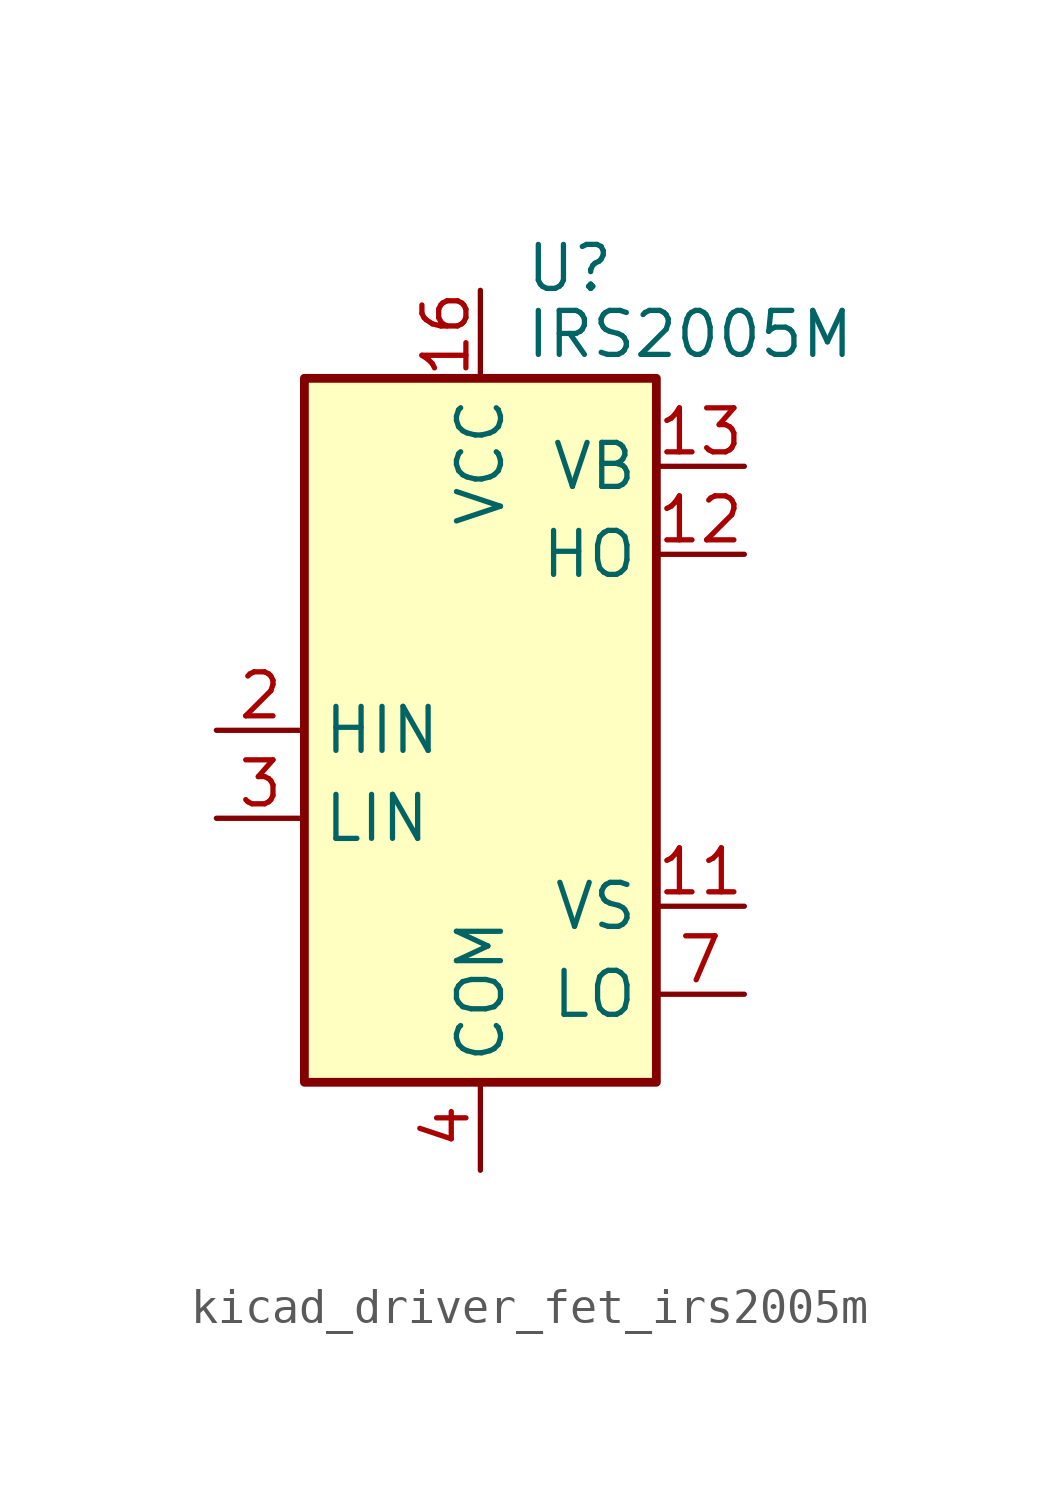
<source format=kicad_sym>
(kicad_symbol_lib
  (version 20220914)
  (generator kicad_symbol_editor)
  (symbol "kicad_driver_fet_irs2005m"
    (property "Reference" "U"
      (at 1.27 13.335 0)
      (effects (font (size 1.27 1.27)) (justify left)))
    (property "Value" "IRS2005M"
      (at 1.27 11.43 0)
      (effects (font (size 1.27 1.27)) (justify left)))
    (symbol "kicad_driver_fet_irs2005m_0_1"
      (rectangle (start -5.08 -10.16) (end 5.08 10.16) (stroke (width 0.254) (type default)) (fill (type background))))
    (symbol "kicad_driver_fet_irs2005m_1_1"
      (pin no_connect line (at -5.08 7.62 0) (length 2.54) hide (name "NC" (effects (font (size 1.27 1.27)))) (number "1" (effects (font (size 1.27 1.27)))))
      (pin passive line (at 7.62 -5.08 180) (length 2.54) (name "VS" (effects (font (size 1.27 1.27)))) (number "11" (effects (font (size 1.27 1.27)))))
      (pin output line (at 7.62 5.08 180) (length 2.54) (name "HO" (effects (font (size 1.27 1.27)))) (number "12" (effects (font (size 1.27 1.27)))))
      (pin passive line (at 7.62 7.62 180) (length 2.54) (name "VB" (effects (font (size 1.27 1.27)))) (number "13" (effects (font (size 1.27 1.27)))))
      (pin no_connect line (at 5.08 -2.54 180) (length 2.54) hide (name "NC" (effects (font (size 1.27 1.27)))) (number "14" (effects (font (size 1.27 1.27)))))
      (pin power_in line (at 0 12.7 270) (length 2.54) (name "VCC" (effects (font (size 1.27 1.27)))) (number "16" (effects (font (size 1.27 1.27)))))
      (pin passive line (at 0 -12.7 90) (length 2.54) hide (name "COM" (effects (font (size 1.27 1.27)))) (number "17" (effects (font (size 1.27 1.27)))))
      (pin input line (at -7.62 0 0) (length 2.54) (name "HIN" (effects (font (size 1.27 1.27)))) (number "2" (effects (font (size 1.27 1.27)))))
      (pin input line (at -7.62 -2.54 0) (length 2.54) (name "LIN" (effects (font (size 1.27 1.27)))) (number "3" (effects (font (size 1.27 1.27)))))
      (pin power_in line (at 0 -12.7 90) (length 2.54) (name "COM" (effects (font (size 1.27 1.27)))) (number "4" (effects (font (size 1.27 1.27)))))
      (pin no_connect line (at -5.08 5.08 0) (length 2.54) hide (name "NC" (effects (font (size 1.27 1.27)))) (number "5" (effects (font (size 1.27 1.27)))))
      (pin no_connect line (at -5.08 2.54 0) (length 2.54) hide (name "NC" (effects (font (size 1.27 1.27)))) (number "6" (effects (font (size 1.27 1.27)))))
      (pin output line (at 7.62 -7.62 180) (length 2.54) (name "LO" (effects (font (size 1.27 1.27)))) (number "7" (effects (font (size 1.27 1.27)))))
      (pin no_connect line (at 5.08 2.54 180) (length 2.54) hide (name "NC" (effects (font (size 1.27 1.27)))) (number "8" (effects (font (size 1.27 1.27)))))
      (pin no_connect line (at 5.08 0 180) (length 2.54) hide (name "NC" (effects (font (size 1.27 1.27)))) (number "9" (effects (font (size 1.27 1.27))))))))
</source>
